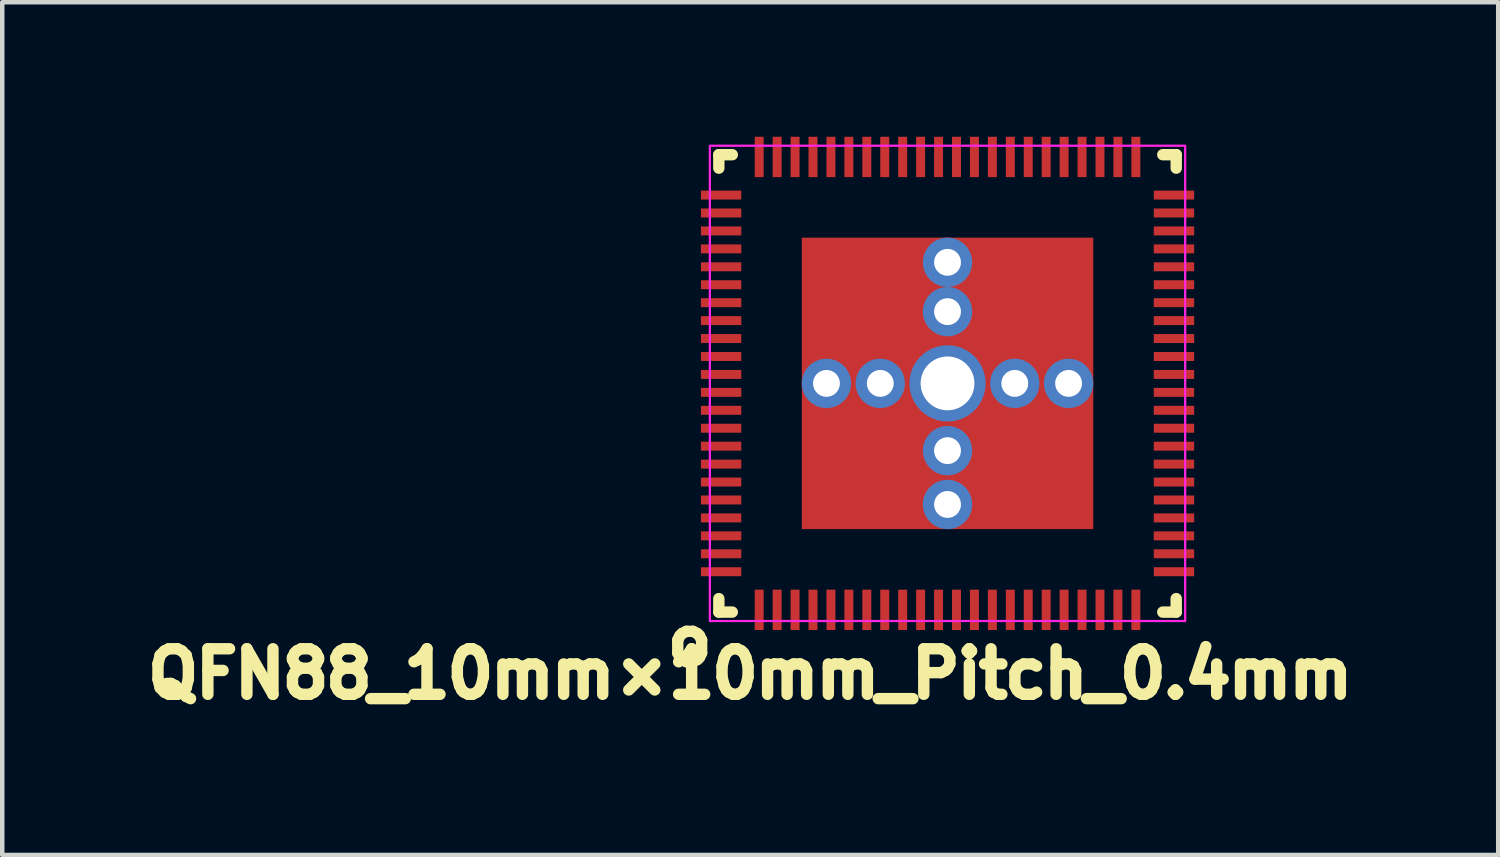
<source format=kicad_pcb>
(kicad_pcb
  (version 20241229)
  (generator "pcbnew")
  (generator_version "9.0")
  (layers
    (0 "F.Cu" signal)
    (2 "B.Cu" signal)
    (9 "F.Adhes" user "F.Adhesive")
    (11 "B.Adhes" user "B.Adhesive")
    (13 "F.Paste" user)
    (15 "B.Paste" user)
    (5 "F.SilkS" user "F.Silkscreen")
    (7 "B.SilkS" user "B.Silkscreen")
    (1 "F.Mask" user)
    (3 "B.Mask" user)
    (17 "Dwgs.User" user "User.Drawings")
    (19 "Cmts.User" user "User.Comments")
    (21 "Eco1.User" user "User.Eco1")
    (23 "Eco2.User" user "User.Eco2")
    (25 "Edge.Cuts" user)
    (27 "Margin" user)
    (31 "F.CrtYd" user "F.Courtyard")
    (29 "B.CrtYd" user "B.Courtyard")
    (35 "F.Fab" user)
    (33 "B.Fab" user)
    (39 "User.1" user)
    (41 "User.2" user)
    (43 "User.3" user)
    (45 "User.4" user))
  (footprint "QFN88_10mm×10mm_Pitch_0.4mm"
    (layer "F.Cu")
    (at 18.081 5.5)
    (property "Reference" "QFN88_10mm×10mm_Pitch_0.4mm" (at -4.4 6.477 0) (layer "F.SilkS") (effects (font (size 1.016 1.016) (thickness 0.254))))
    (attr smd)
    (fp_line (start -5.1 -5.1) (end -4.8 -5.1) (stroke (width 0.254) (type solid)) (layer "F.SilkS"))
    (fp_line (start -5.1 -4.8) (end -5.1 -5.1) (stroke (width 0.254) (type solid)) (layer "F.SilkS"))
    (fp_line (start -5.1 5.1) (end -5.1 4.8) (stroke (width 0.254) (type solid)) (layer "F.SilkS"))
    (fp_line (start -4.8 5.1) (end -5.1 5.1) (stroke (width 0.254) (type solid)) (layer "F.SilkS"))
    (fp_line (start 4.8 -5.1) (end 5.1 -5.1) (stroke (width 0.254) (type solid)) (layer "F.SilkS"))
    (fp_line (start 5.1 -5.1) (end 5.1 -4.8) (stroke (width 0.254) (type solid)) (layer "F.SilkS"))
    (fp_line (start 5.1 4.8) (end 5.1 5.1) (stroke (width 0.254) (type solid)) (layer "F.SilkS"))
    (fp_line (start 5.1 5.1) (end 4.8 5.1) (stroke (width 0.254) (type solid)) (layer "F.SilkS"))
    (fp_rect (start 5.3 5.3) (end -5.3 -5.3) (stroke (width 0.05) (type default)) (fill no) (layer "F.CrtYd"))
    (fp_text user "o" (at -5.75 5.75 0) (layer "F.SilkS") (effects (font (size 1.016 1.016) (thickness 0.254))))
    (pad "" smd rect (at -5.05 -4.2 90) (size 0.211 0.9) (layers "F.Paste"))
    (pad "" smd rect (at -5.05 -3.8 90) (size 0.211 0.9) (layers "F.Paste"))
    (pad "" smd rect (at -5.05 -3.4 90) (size 0.211 0.9) (layers "F.Paste"))
    (pad "" smd rect (at -5.05 -3 90) (size 0.211 0.9) (layers "F.Paste"))
    (pad "" smd rect (at -5.05 -2.6 90) (size 0.211 0.9) (layers "F.Paste"))
    (pad "" smd rect (at -5.05 -2.2 90) (size 0.211 0.9) (layers "F.Paste"))
    (pad "" smd rect (at -5.05 -1.8 90) (size 0.211 0.9) (layers "F.Paste"))
    (pad "" smd rect (at -5.05 -1.4 90) (size 0.211 0.9) (layers "F.Paste"))
    (pad "" smd rect (at -5.05 -1 90) (size 0.211 0.9) (layers "F.Paste"))
    (pad "" smd rect (at -5.05 -0.6 90) (size 0.211 0.9) (layers "F.Paste"))
    (pad "" smd rect (at -5.05 -0.2 90) (size 0.211 0.9) (layers "F.Paste"))
    (pad "" smd rect (at -5.05 0.2 90) (size 0.211 0.9) (layers "F.Paste"))
    (pad "" smd rect (at -5.05 0.6 90) (size 0.211 0.9) (layers "F.Paste"))
    (pad "" smd rect (at -5.05 1 90) (size 0.211 0.9) (layers "F.Paste"))
    (pad "" smd rect (at -5.05 1.4 90) (size 0.211 0.9) (layers "F.Paste"))
    (pad "" smd rect (at -5.05 1.8 90) (size 0.211 0.9) (layers "F.Paste"))
    (pad "" smd rect (at -5.05 2.2 90) (size 0.211 0.9) (layers "F.Paste"))
    (pad "" smd rect (at -5.05 2.6 90) (size 0.211 0.9) (layers "F.Paste"))
    (pad "" smd rect (at -5.05 3 90) (size 0.211 0.9) (layers "F.Paste"))
    (pad "" smd rect (at -5.05 3.4 90) (size 0.211 0.9) (layers "F.Paste"))
    (pad "" smd rect (at -5.05 3.8 90) (size 0.211 0.9) (layers "F.Paste"))
    (pad "" smd rect (at -5.05 4.2 90) (size 0.211 0.9) (layers "F.Paste"))
    (pad "" smd rect (at -4.2 -5.05) (size 0.211 0.9) (layers "F.Paste"))
    (pad "" smd rect (at -4.2 5.05) (size 0.211 0.9) (layers "F.Paste"))
    (pad "" smd rect (at -3.8 -5.05) (size 0.211 0.9) (layers "F.Paste"))
    (pad "" smd rect (at -3.8 5.05) (size 0.211 0.9) (layers "F.Paste"))
    (pad "" smd rect (at -3.4 -5.05) (size 0.211 0.9) (layers "F.Paste"))
    (pad "" smd rect (at -3.4 5.05) (size 0.211 0.9) (layers "F.Paste"))
    (pad "" smd rect (at -3 -5.05) (size 0.211 0.9) (layers "F.Paste"))
    (pad "" smd rect (at -3 5.05) (size 0.211 0.9) (layers "F.Paste"))
    (pad "" smd rect (at -2.6 -5.05) (size 0.211 0.9) (layers "F.Paste"))
    (pad "" smd rect (at -2.6 5.05) (size 0.211 0.9) (layers "F.Paste"))
    (pad "" smd rect (at -2.2 -5.05) (size 0.211 0.9) (layers "F.Paste"))
    (pad "" smd rect (at -2.2 5.05) (size 0.211 0.9) (layers "F.Paste"))
    (pad "" smd rect (at -1.875 -1.825 90) (size 2.85 2.75) (layers "F.Paste"))
    (pad "" smd rect (at -1.875 1.825 90) (size 2.85 2.75) (layers "F.Paste"))
    (pad "" smd rect (at -1.8 -5.05) (size 0.211 0.9) (layers "F.Paste"))
    (pad "" smd rect (at -1.8 5.05) (size 0.211 0.9) (layers "F.Paste"))
    (pad "" smd rect (at -1.4 -5.05) (size 0.211 0.9) (layers "F.Paste"))
    (pad "" smd rect (at -1.4 5.05) (size 0.211 0.9) (layers "F.Paste"))
    (pad "" smd rect (at -1 -5.05) (size 0.211 0.9) (layers "F.Paste"))
    (pad "" smd rect (at -1 5.05) (size 0.211 0.9) (layers "F.Paste"))
    (pad "" smd rect (at -0.6 -5.05) (size 0.211 0.9) (layers "F.Paste"))
    (pad "" smd rect (at -0.6 5.05) (size 0.211 0.9) (layers "F.Paste"))
    (pad "" smd rect (at -0.2 -5.05) (size 0.211 0.9) (layers "F.Paste"))
    (pad "" smd rect (at -0.2 5.05) (size 0.211 0.9) (layers "F.Paste"))
    (pad "" smd rect (at 0.2 -5.05) (size 0.211 0.9) (layers "F.Paste"))
    (pad "" smd rect (at 0.2 5.05) (size 0.211 0.9) (layers "F.Paste"))
    (pad "" smd rect (at 0.6 -5.05) (size 0.211 0.9) (layers "F.Paste"))
    (pad "" smd rect (at 0.6 5.05) (size 0.211 0.9) (layers "F.Paste"))
    (pad "" smd rect (at 1 -5.05) (size 0.211 0.9) (layers "F.Paste"))
    (pad "" smd rect (at 1 5.05) (size 0.211 0.9) (layers "F.Paste"))
    (pad "" smd rect (at 1.4 -5.05) (size 0.211 0.9) (layers "F.Paste"))
    (pad "" smd rect (at 1.4 5.05) (size 0.211 0.9) (layers "F.Paste"))
    (pad "" smd rect (at 1.8 -5.05) (size 0.211 0.9) (layers "F.Paste"))
    (pad "" smd rect (at 1.8 5.05) (size 0.211 0.9) (layers "F.Paste"))
    (pad "" smd rect (at 1.875 -1.825 90) (size 2.85 2.75) (layers "F.Paste"))
    (pad "" smd rect (at 1.875 1.825 90) (size 2.85 2.75) (layers "F.Paste"))
    (pad "" smd rect (at 2.2 -5.05) (size 0.211 0.9) (layers "F.Paste"))
    (pad "" smd rect (at 2.2 5.05) (size 0.211 0.9) (layers "F.Paste"))
    (pad "" smd rect (at 2.6 -5.05) (size 0.211 0.9) (layers "F.Paste"))
    (pad "" smd rect (at 2.6 5.05) (size 0.211 0.9) (layers "F.Paste"))
    (pad "" smd rect (at 3 -5.05) (size 0.211 0.9) (layers "F.Paste"))
    (pad "" smd rect (at 3 5.05) (size 0.211 0.9) (layers "F.Paste"))
    (pad "" smd rect (at 3.4 -5.05) (size 0.211 0.9) (layers "F.Paste"))
    (pad "" smd rect (at 3.4 5.05) (size 0.211 0.9) (layers "F.Paste"))
    (pad "" smd rect (at 3.8 -5.05) (size 0.211 0.9) (layers "F.Paste"))
    (pad "" smd rect (at 3.8 5.05) (size 0.211 0.9) (layers "F.Paste"))
    (pad "" smd rect (at 4.2 -5.05) (size 0.211 0.9) (layers "F.Paste"))
    (pad "" smd rect (at 4.2 5.05) (size 0.211 0.9) (layers "F.Paste"))
    (pad "" smd rect (at 5.05 -4.2 90) (size 0.211 0.9) (layers "F.Paste"))
    (pad "" smd rect (at 5.05 -3.8 90) (size 0.211 0.9) (layers "F.Paste"))
    (pad "" smd rect (at 5.05 -3.4 90) (size 0.211 0.9) (layers "F.Paste"))
    (pad "" smd rect (at 5.05 -3 90) (size 0.211 0.9) (layers "F.Paste"))
    (pad "" smd rect (at 5.05 -2.6 90) (size 0.211 0.9) (layers "F.Paste"))
    (pad "" smd rect (at 5.05 -2.2 90) (size 0.211 0.9) (layers "F.Paste"))
    (pad "" smd rect (at 5.05 -1.8 90) (size 0.211 0.9) (layers "F.Paste"))
    (pad "" smd rect (at 5.05 -1.4 90) (size 0.211 0.9) (layers "F.Paste"))
    (pad "" smd rect (at 5.05 -1 90) (size 0.211 0.9) (layers "F.Paste"))
    (pad "" smd rect (at 5.05 -0.6 90) (size 0.211 0.9) (layers "F.Paste"))
    (pad "" smd rect (at 5.05 -0.2 90) (size 0.211 0.9) (layers "F.Paste"))
    (pad "" smd rect (at 5.05 0.2 90) (size 0.211 0.9) (layers "F.Paste"))
    (pad "" smd rect (at 5.05 0.6 90) (size 0.211 0.9) (layers "F.Paste"))
    (pad "" smd rect (at 5.05 1 90) (size 0.211 0.9) (layers "F.Paste"))
    (pad "" smd rect (at 5.05 1.4 90) (size 0.211 0.9) (layers "F.Paste"))
    (pad "" smd rect (at 5.05 1.8 90) (size 0.211 0.9) (layers "F.Paste"))
    (pad "" smd rect (at 5.05 2.2 90) (size 0.211 0.9) (layers "F.Paste"))
    (pad "" smd rect (at 5.05 2.6 90) (size 0.211 0.9) (layers "F.Paste"))
    (pad "" smd rect (at 5.05 3 90) (size 0.211 0.9) (layers "F.Paste"))
    (pad "" smd rect (at 5.05 3.4 90) (size 0.211 0.9) (layers "F.Paste"))
    (pad "" smd rect (at 5.05 3.8 90) (size 0.211 0.9) (layers "F.Paste"))
    (pad "" smd rect (at 5.05 4.2 90) (size 0.211 0.9) (layers "F.Paste"))
    (pad "1" smd rect (at -4.2 5.05) (size 0.2 0.9) (layers "F.Cu" "F.Mask"))
    (pad "2" smd rect (at -3.8 5.05) (size 0.2 0.9) (layers "F.Cu" "F.Mask"))
    (pad "3" smd rect (at -3.4 5.05) (size 0.2 0.9) (layers "F.Cu" "F.Mask"))
    (pad "4" smd rect (at -3 5.05) (size 0.2 0.9) (layers "F.Cu" "F.Mask"))
    (pad "5" smd rect (at -2.6 5.05) (size 0.2 0.9) (layers "F.Cu" "F.Mask"))
    (pad "6" smd rect (at -2.2 5.05) (size 0.2 0.9) (layers "F.Cu" "F.Mask"))
    (pad "7" smd rect (at -1.8 5.05) (size 0.2 0.9) (layers "F.Cu" "F.Mask"))
    (pad "8" smd rect (at -1.4 5.05) (size 0.2 0.9) (layers "F.Cu" "F.Mask"))
    (pad "9" smd rect (at -1 5.05) (size 0.2 0.9) (layers "F.Cu" "F.Mask"))
    (pad "10" smd rect (at -0.6 5.05) (size 0.2 0.9) (layers "F.Cu" "F.Mask"))
    (pad "11" smd rect (at -0.2 5.05) (size 0.2 0.9) (layers "F.Cu" "F.Mask"))
    (pad "12" smd rect (at 0.2 5.05) (size 0.2 0.9) (layers "F.Cu" "F.Mask"))
    (pad "13" smd rect (at 0.6 5.05) (size 0.2 0.9) (layers "F.Cu" "F.Mask"))
    (pad "14" smd rect (at 1 5.05) (size 0.2 0.9) (layers "F.Cu" "F.Mask"))
    (pad "15" smd rect (at 1.4 5.05) (size 0.2 0.9) (layers "F.Cu" "F.Mask"))
    (pad "16" smd rect (at 1.8 5.05) (size 0.2 0.9) (layers "F.Cu" "F.Mask"))
    (pad "17" smd rect (at 2.2 5.05) (size 0.2 0.9) (layers "F.Cu" "F.Mask"))
    (pad "18" smd rect (at 2.6 5.05) (size 0.2 0.9) (layers "F.Cu" "F.Mask"))
    (pad "19" smd rect (at 3 5.05) (size 0.2 0.9) (layers "F.Cu" "F.Mask"))
    (pad "20" smd rect (at 3.4 5.05) (size 0.2 0.9) (layers "F.Cu" "F.Mask"))
    (pad "21" smd rect (at 3.8 5.05) (size 0.2 0.9) (layers "F.Cu" "F.Mask"))
    (pad "22" smd rect (at 4.2 5.05) (size 0.2 0.9) (layers "F.Cu" "F.Mask"))
    (pad "23" smd rect (at 5.05 4.2 90) (size 0.2 0.9) (layers "F.Cu" "F.Mask"))
    (pad "24" smd rect (at 5.05 3.8 90) (size 0.2 0.9) (layers "F.Cu" "F.Mask"))
    (pad "25" smd rect (at 5.05 3.4 90) (size 0.2 0.9) (layers "F.Cu" "F.Mask"))
    (pad "26" smd rect (at 5.05 3 90) (size 0.2 0.9) (layers "F.Cu" "F.Mask"))
    (pad "27" smd rect (at 5.05 2.6 90) (size 0.2 0.9) (layers "F.Cu" "F.Mask"))
    (pad "28" smd rect (at 5.05 2.2 90) (size 0.2 0.9) (layers "F.Cu" "F.Mask"))
    (pad "29" smd rect (at 5.05 1.8 90) (size 0.2 0.9) (layers "F.Cu" "F.Mask"))
    (pad "30" smd rect (at 5.05 1.4 90) (size 0.2 0.9) (layers "F.Cu" "F.Mask"))
    (pad "31" smd rect (at 5.05 1 90) (size 0.2 0.9) (layers "F.Cu" "F.Mask"))
    (pad "32" smd rect (at 5.05 0.6 90) (size 0.2 0.9) (layers "F.Cu" "F.Mask"))
    (pad "33" smd rect (at 5.05 0.2 90) (size 0.2 0.9) (layers "F.Cu" "F.Mask"))
    (pad "34" smd rect (at 5.05 -0.2 90) (size 0.2 0.9) (layers "F.Cu" "F.Mask"))
    (pad "35" smd rect (at 5.05 -0.6 90) (size 0.2 0.9) (layers "F.Cu" "F.Mask"))
    (pad "36" smd rect (at 5.05 -1 90) (size 0.2 0.9) (layers "F.Cu" "F.Mask"))
    (pad "37" smd rect (at 5.05 -1.4 90) (size 0.2 0.9) (layers "F.Cu" "F.Mask"))
    (pad "38" smd rect (at 5.05 -1.8 90) (size 0.2 0.9) (layers "F.Cu" "F.Mask"))
    (pad "39" smd rect (at 5.05 -2.2 90) (size 0.2 0.9) (layers "F.Cu" "F.Mask"))
    (pad "40" smd rect (at 5.05 -2.6 90) (size 0.2 0.9) (layers "F.Cu" "F.Mask"))
    (pad "41" smd rect (at 5.05 -3 90) (size 0.2 0.9) (layers "F.Cu" "F.Mask"))
    (pad "42" smd rect (at 5.05 -3.4 90) (size 0.2 0.9) (layers "F.Cu" "F.Mask"))
    (pad "43" smd rect (at 5.05 -3.8 90) (size 0.2 0.9) (layers "F.Cu" "F.Mask"))
    (pad "44" smd rect (at 5.05 -4.2 90) (size 0.2 0.9) (layers "F.Cu" "F.Mask"))
    (pad "45" smd rect (at 4.2 -5.05) (size 0.2 0.9) (layers "F.Cu" "F.Mask"))
    (pad "46" smd rect (at 3.8 -5.05) (size 0.2 0.9) (layers "F.Cu" "F.Mask"))
    (pad "47" smd rect (at 3.4 -5.05) (size 0.2 0.9) (layers "F.Cu" "F.Mask"))
    (pad "48" smd rect (at 3 -5.05) (size 0.2 0.9) (layers "F.Cu" "F.Mask"))
    (pad "49" smd rect (at 2.6 -5.05) (size 0.2 0.9) (layers "F.Cu" "F.Mask"))
    (pad "50" smd rect (at 2.2 -5.05) (size 0.2 0.9) (layers "F.Cu" "F.Mask"))
    (pad "51" smd rect (at 1.8 -5.05) (size 0.2 0.9) (layers "F.Cu" "F.Mask"))
    (pad "52" smd rect (at 1.4 -5.05) (size 0.2 0.9) (layers "F.Cu" "F.Mask"))
    (pad "53" smd rect (at 1 -5.05) (size 0.2 0.9) (layers "F.Cu" "F.Mask"))
    (pad "54" smd rect (at 0.6 -5.05) (size 0.2 0.9) (layers "F.Cu" "F.Mask"))
    (pad "55" smd rect (at 0.2 -5.05) (size 0.2 0.9) (layers "F.Cu" "F.Mask"))
    (pad "56" smd rect (at -0.2 -5.05) (size 0.2 0.9) (layers "F.Cu" "F.Mask"))
    (pad "57" smd rect (at -0.6 -5.05) (size 0.2 0.9) (layers "F.Cu" "F.Mask"))
    (pad "58" smd rect (at -1 -5.05) (size 0.2 0.9) (layers "F.Cu" "F.Mask"))
    (pad "59" smd rect (at -1.4 -5.05) (size 0.2 0.9) (layers "F.Cu" "F.Mask"))
    (pad "60" smd rect (at -1.8 -5.05) (size 0.2 0.9) (layers "F.Cu" "F.Mask"))
    (pad "61" smd rect (at -2.2 -5.05) (size 0.2 0.9) (layers "F.Cu" "F.Mask"))
    (pad "62" smd rect (at -2.6 -5.05) (size 0.2 0.9) (layers "F.Cu" "F.Mask"))
    (pad "63" smd rect (at -3 -5.05) (size 0.2 0.9) (layers "F.Cu" "F.Mask"))
    (pad "64" smd rect (at -3.4 -5.05) (size 0.2 0.9) (layers "F.Cu" "F.Mask"))
    (pad "65" smd rect (at -3.8 -5.05) (size 0.2 0.9) (layers "F.Cu" "F.Mask"))
    (pad "66" smd rect (at -4.2 -5.05) (size 0.2 0.9) (layers "F.Cu" "F.Mask"))
    (pad "67" smd rect (at -5.05 -4.2 90) (size 0.2 0.9) (layers "F.Cu" "F.Mask"))
    (pad "68" smd rect (at -5.05 -3.8 90) (size 0.2 0.9) (layers "F.Cu" "F.Mask"))
    (pad "69" smd rect (at -5.05 -3.4 90) (size 0.2 0.9) (layers "F.Cu" "F.Mask"))
    (pad "70" smd rect (at -5.05 -3 90) (size 0.2 0.9) (layers "F.Cu" "F.Mask"))
    (pad "71" smd rect (at -5.05 -2.6 90) (size 0.2 0.9) (layers "F.Cu" "F.Mask"))
    (pad "72" smd rect (at -5.05 -2.2 90) (size 0.2 0.9) (layers "F.Cu" "F.Mask"))
    (pad "73" smd rect (at -5.05 -1.8 90) (size 0.2 0.9) (layers "F.Cu" "F.Mask"))
    (pad "74" smd rect (at -5.05 -1.4 90) (size 0.2 0.9) (layers "F.Cu" "F.Mask"))
    (pad "75" smd rect (at -5.05 -1 90) (size 0.2 0.9) (layers "F.Cu" "F.Mask"))
    (pad "76" smd rect (at -5.05 -0.6 90) (size 0.2 0.9) (layers "F.Cu" "F.Mask"))
    (pad "77" smd rect (at -5.05 -0.2 90) (size 0.2 0.9) (layers "F.Cu" "F.Mask"))
    (pad "78" smd rect (at -5.05 0.2 90) (size 0.2 0.9) (layers "F.Cu" "F.Mask"))
    (pad "79" smd rect (at -5.05 0.6 90) (size 0.2 0.9) (layers "F.Cu" "F.Mask"))
    (pad "80" smd rect (at -5.05 1 90) (size 0.2 0.9) (layers "F.Cu" "F.Mask"))
    (pad "81" smd rect (at -5.05 1.4 90) (size 0.2 0.9) (layers "F.Cu" "F.Mask"))
    (pad "82" smd rect (at -5.05 1.8 90) (size 0.2 0.9) (layers "F.Cu" "F.Mask"))
    (pad "83" smd rect (at -5.05 2.2 90) (size 0.2 0.9) (layers "F.Cu" "F.Mask"))
    (pad "84" smd rect (at -5.05 2.6 90) (size 0.2 0.9) (layers "F.Cu" "F.Mask"))
    (pad "85" smd rect (at -5.05 3 90) (size 0.2 0.9) (layers "F.Cu" "F.Mask"))
    (pad "86" smd rect (at -5.05 3.4 90) (size 0.2 0.9) (layers "F.Cu" "F.Mask"))
    (pad "87" smd rect (at -5.05 3.8 90) (size 0.2 0.9) (layers "F.Cu" "F.Mask"))
    (pad "88" smd rect (at -5.05 4.2 90) (size 0.2 0.9) (layers "F.Cu" "F.Mask"))
    (pad "89" thru_hole circle (at -2.7 0 90) (size 1.1 1.1) (drill 0.6) (layers "*.Cu" "*.Mask"))
    (pad "89" thru_hole circle (at -1.5 0 90) (size 1.1 1.1) (drill 0.6) (layers "*.Cu" "*.Mask"))
    (pad "89" thru_hole circle (at 0 -2.7 90) (size 1.1 1.1) (drill 0.6) (layers "*.Cu" "*.Mask"))
    (pad "89" thru_hole circle (at 0 -1.6 90) (size 1.1 1.1) (drill 0.6) (layers "*.Cu" "*.Mask"))
    (pad "89" thru_hole circle (at 0 0 90) (size 1.7 1.7) (drill 1.2) (layers "*.Cu" "*.Mask"))
    (pad "89" smd rect (at 0 0 90) (size 6.5 6.5) (layers "F.Cu" "F.Mask"))
    (pad "89" thru_hole circle (at 0 1.5 90) (size 1.1 1.1) (drill 0.6) (layers "*.Cu" "*.Mask"))
    (pad "89" thru_hole circle (at 0 2.7 90) (size 1.1 1.1) (drill 0.6) (layers "*.Cu" "*.Mask"))
    (pad "89" thru_hole circle (at 1.5 0 90) (size 1.1 1.1) (drill 0.6) (layers "*.Cu" "*.Mask"))
    (pad "89" thru_hole circle (at 2.7 0 90) (size 1.1 1.1) (drill 0.6) (layers "*.Cu" "*.Mask")))
  (gr_rect
    (start -3 -3)
    (end 30.362 16.017)
    (stroke (width 0.1) (type default))
    (fill no)
    (layer "Edge.Cuts")))
</source>
